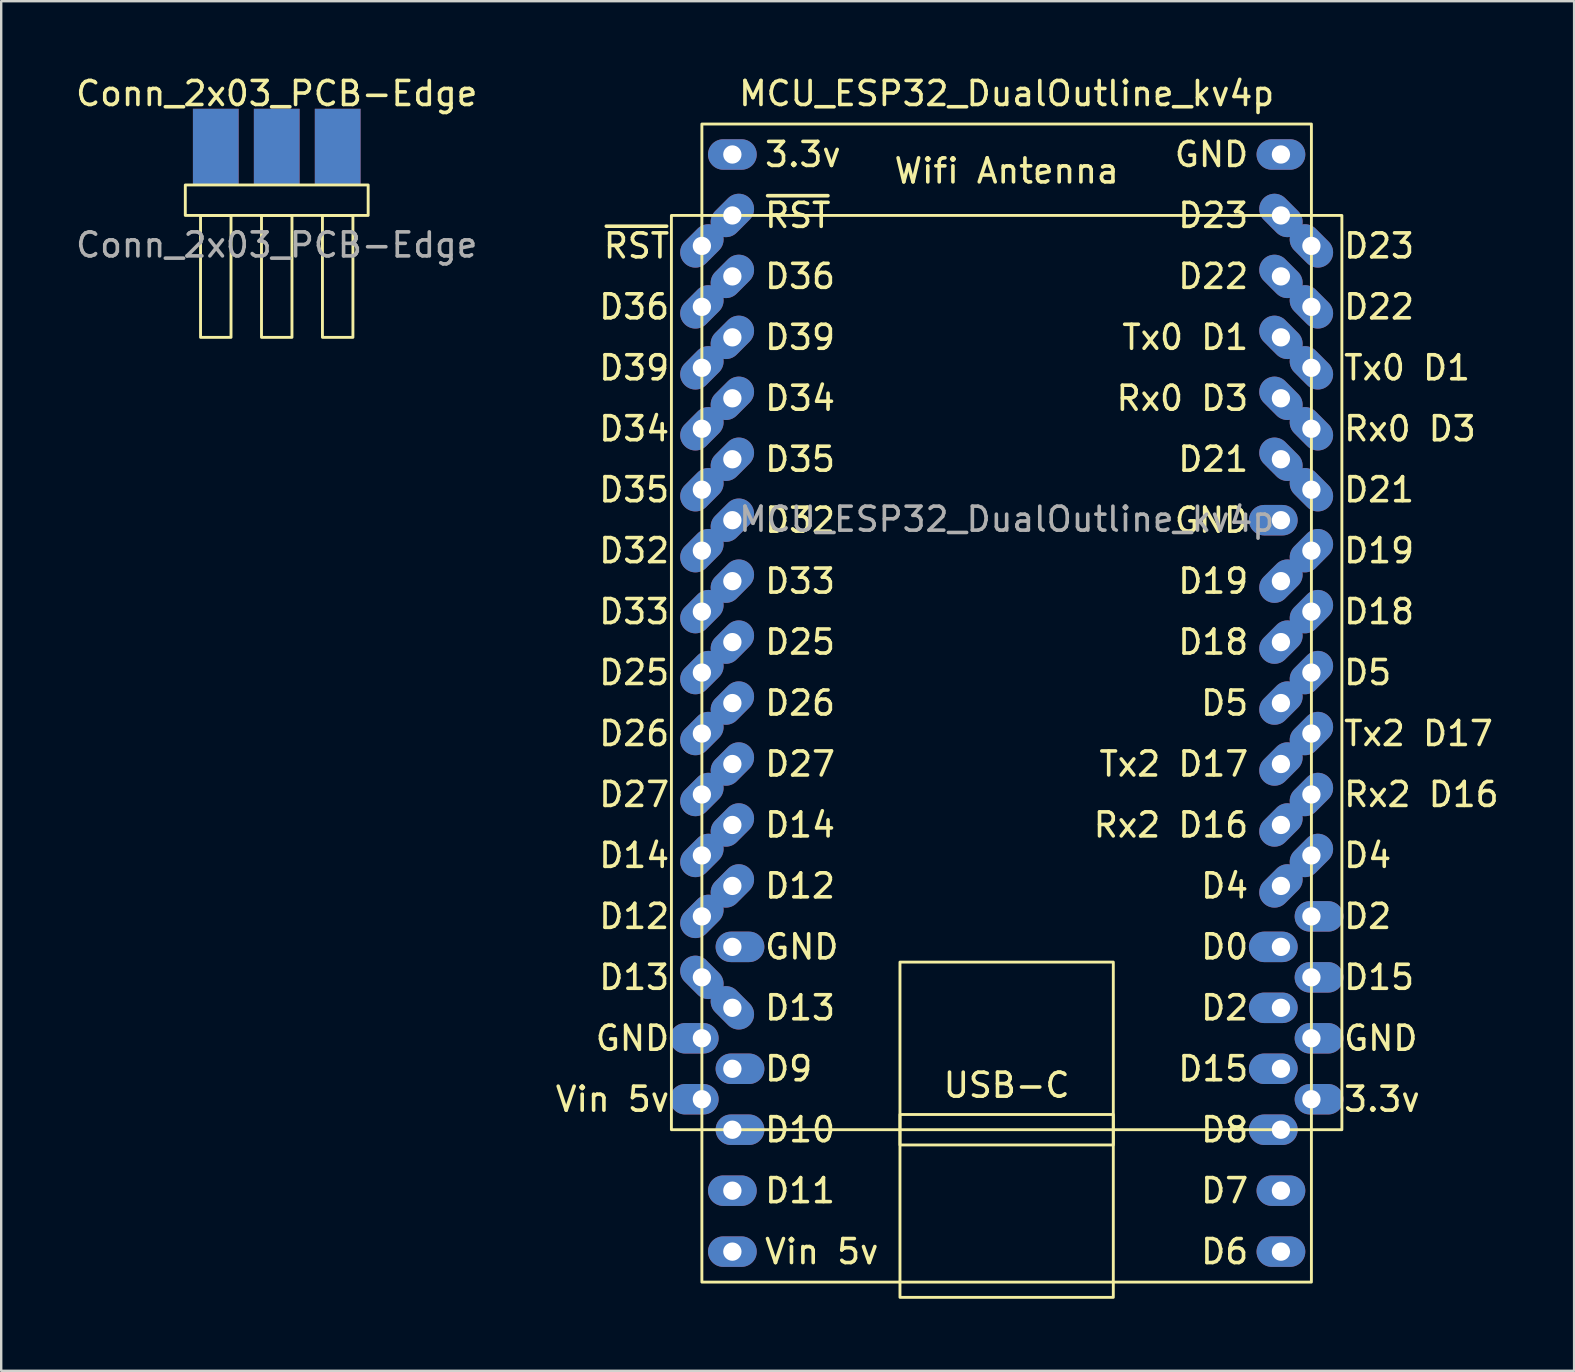
<source format=kicad_pcb>
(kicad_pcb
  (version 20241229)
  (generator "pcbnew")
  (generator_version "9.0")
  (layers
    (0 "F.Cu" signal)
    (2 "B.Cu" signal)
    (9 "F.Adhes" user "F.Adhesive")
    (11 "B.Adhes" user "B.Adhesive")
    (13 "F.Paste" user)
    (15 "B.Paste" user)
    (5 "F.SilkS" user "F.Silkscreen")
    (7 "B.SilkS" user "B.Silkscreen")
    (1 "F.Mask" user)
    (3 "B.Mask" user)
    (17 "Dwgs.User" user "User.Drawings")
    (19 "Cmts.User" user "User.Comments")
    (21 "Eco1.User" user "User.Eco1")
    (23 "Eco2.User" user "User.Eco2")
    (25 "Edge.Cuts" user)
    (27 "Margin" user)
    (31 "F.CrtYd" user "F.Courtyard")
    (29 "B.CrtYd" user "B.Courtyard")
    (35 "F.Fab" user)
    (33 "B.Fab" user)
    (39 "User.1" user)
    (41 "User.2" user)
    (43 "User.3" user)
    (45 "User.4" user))
  (footprint "MCU_ESP32_DualOutline_kv4p"
    (layer "F.Cu")
    (at 38.899 26.248)
    (property "Reference" "MCU_ESP32_DualOutline_kv4p" (at 0 -25.4 0) (unlocked yes) (layer "F.SilkS") (effects (font (size 1 1) (thickness 0.15))))
    (attr through_hole)
    (fp_rect (start -13.97 -20.32) (end 13.97 17.78) (stroke (width 0.12) (type default)) (fill no) (layer "F.SilkS"))
    (fp_rect (start -12.7 -24.13) (end 12.7 24.13) (stroke (width 0.12) (type default)) (fill no) (layer "F.SilkS"))
    (fp_rect (start -4.445 10.795) (end 4.445 18.415) (stroke (width 0.12) (type default)) (fill no) (layer "F.SilkS"))
    (fp_rect (start -4.445 17.145) (end 4.445 24.765) (stroke (width 0.12) (type default)) (fill no) (layer "F.SilkS"))
    (fp_text user "D18" (at 10.16 -2.54 0) (unlocked yes) (layer "F.SilkS") (effects (font (size 1 1) (thickness 0.15)) (justify right)))
    (fp_text user "D23" (at 13.97 -19.05 0) (unlocked yes) (layer "F.SilkS") (effects (font (size 1 1) (thickness 0.15)) (justify left)))
    (fp_text user "GND" (at -13.97 13.97 0) (unlocked yes) (layer "F.SilkS") (effects (font (size 1 1) (thickness 0.15)) (justify right)))
    (fp_text user "D14" (at -10.16 5.08 0) (unlocked yes) (layer "F.SilkS") (effects (font (size 1 1) (thickness 0.15)) (justify left)))
    (fp_text user "D23" (at 10.16 -20.32 0) (unlocked yes) (layer "F.SilkS") (effects (font (size 1 1) (thickness 0.15)) (justify right)))
    (fp_text user "~{RST}" (at -13.97 -19.05 0) (unlocked yes) (layer "F.SilkS") (effects (font (size 1 1) (thickness 0.15)) (justify right)))
    (fp_text user "Rx2 D16" (at 10.16 5.08 0) (unlocked yes) (layer "F.SilkS") (effects (font (size 1 1) (thickness 0.15)) (justify right)))
    (fp_text user "D25" (at -10.16 -2.54 0) (unlocked yes) (layer "F.SilkS") (effects (font (size 1 1) (thickness 0.15)) (justify left)))
    (fp_text user "Rx0 D3" (at 10.16 -12.7 0) (unlocked yes) (layer "F.SilkS") (effects (font (size 1 1) (thickness 0.15)) (justify right)))
    (fp_text user "D27" (at -10.16 2.54 0) (unlocked yes) (layer "F.SilkS") (effects (font (size 1 1) (thickness 0.15)) (justify left)))
    (fp_text user "D34" (at -13.97 -11.43 0) (unlocked yes) (layer "F.SilkS") (effects (font (size 1 1) (thickness 0.15)) (justify right)))
    (fp_text user "Vin 5v" (at -10.16 22.86 0) (unlocked yes) (layer "F.SilkS") (effects (font (size 1 1) (thickness 0.15)) (justify left)))
    (fp_text user "Rx0 D3" (at 13.97 -11.43 0) (unlocked yes) (layer "F.SilkS") (effects (font (size 1 1) (thickness 0.15)) (justify left)))
    (fp_text user "GND" (at 10.16 -7.62 0) (unlocked yes) (layer "F.SilkS") (effects (font (size 1 1) (thickness 0.15)) (justify right)))
    (fp_text user "D14" (at -13.97 6.35 0) (unlocked yes) (layer "F.SilkS") (effects (font (size 1 1) (thickness 0.15)) (justify right)))
    (fp_text user "D26" (at -10.16 0 0) (unlocked yes) (layer "F.SilkS") (effects (font (size 1 1) (thickness 0.15)) (justify left)))
    (fp_text user "D35" (at -13.97 -8.89 0) (unlocked yes) (layer "F.SilkS") (effects (font (size 1 1) (thickness 0.15)) (justify right)))
    (fp_text user "USB-C" (at 0 16.51 0) (unlocked yes) (layer "F.SilkS") (effects (font (size 1 1) (thickness 0.15)) (justify bottom)))
    (fp_text user "D10" (at -10.16 17.78 0) (unlocked yes) (layer "F.SilkS") (effects (font (size 1 1) (thickness 0.15)) (justify left)))
    (fp_text user "D19" (at 10.16 -5.08 0) (unlocked yes) (layer "F.SilkS") (effects (font (size 1 1) (thickness 0.15)) (justify right)))
    (fp_text user "~{RST}" (at -10.16 -20.32 0) (unlocked yes) (layer "F.SilkS") (effects (font (size 1 1) (thickness 0.15)) (justify left)))
    (fp_text user "Tx0 D1" (at 10.16 -15.24 0) (unlocked yes) (layer "F.SilkS") (effects (font (size 1 1) (thickness 0.15)) (justify right)))
    (fp_text user "D4" (at 10.16 7.62 0) (unlocked yes) (layer "F.SilkS") (effects (font (size 1 1) (thickness 0.15)) (justify right)))
    (fp_text user "D2" (at 10.16 12.7 0) (unlocked yes) (layer "F.SilkS") (effects (font (size 1 1) (thickness 0.15)) (justify right)))
    (fp_text user "D22" (at 10.16 -17.78 0) (unlocked yes) (layer "F.SilkS") (effects (font (size 1 1) (thickness 0.15)) (justify right)))
    (fp_text user "D4" (at 13.97 6.35 0) (unlocked yes) (layer "F.SilkS") (effects (font (size 1 1) (thickness 0.15)) (justify left)))
    (fp_text user "D39" (at -13.97 -13.97 0) (unlocked yes) (layer "F.SilkS") (effects (font (size 1 1) (thickness 0.15)) (justify right)))
    (fp_text user "Vin 5v" (at -13.97 16.51 0) (unlocked yes) (layer "F.SilkS") (effects (font (size 1 1) (thickness 0.15)) (justify right)))
    (fp_text user "Rx2 D16" (at 13.97 3.81 0) (unlocked yes) (layer "F.SilkS") (effects (font (size 1 1) (thickness 0.15)) (justify left)))
    (fp_text user "D22" (at 13.97 -16.51 0) (unlocked yes) (layer "F.SilkS") (effects (font (size 1 1) (thickness 0.15)) (justify left)))
    (fp_text user "3.3v" (at 13.97 16.51 0) (unlocked yes) (layer "F.SilkS") (effects (font (size 1 1) (thickness 0.15)) (justify left)))
    (fp_text user "D35" (at -10.16 -10.16 0) (unlocked yes) (layer "F.SilkS") (effects (font (size 1 1) (thickness 0.15)) (justify left)))
    (fp_text user "D32" (at -13.97 -6.35 0) (unlocked yes) (layer "F.SilkS") (effects (font (size 1 1) (thickness 0.15)) (justify right)))
    (fp_text user "D27" (at -13.97 3.81 0) (unlocked yes) (layer "F.SilkS") (effects (font (size 1 1) (thickness 0.15)) (justify right)))
    (fp_text user "D12" (at -13.97 8.89 0) (unlocked yes) (layer "F.SilkS") (effects (font (size 1 1) (thickness 0.15)) (justify right)))
    (fp_text user "D26" (at -13.97 1.27 0) (unlocked yes) (layer "F.SilkS") (effects (font (size 1 1) (thickness 0.15)) (justify right)))
    (fp_text user "D36" (at -13.97 -16.51 0) (unlocked yes) (layer "F.SilkS") (effects (font (size 1 1) (thickness 0.15)) (justify right)))
    (fp_text user "D39" (at -10.16 -15.24 0) (unlocked yes) (layer "F.SilkS") (effects (font (size 1 1) (thickness 0.15)) (justify left)))
    (fp_text user "D21" (at 10.16 -10.16 0) (unlocked yes) (layer "F.SilkS") (effects (font (size 1 1) (thickness 0.15)) (justify right)))
    (fp_text user "GND" (at -10.16 10.16 0) (unlocked yes) (layer "F.SilkS") (effects (font (size 1 1) (thickness 0.15)) (justify left)))
    (fp_text user "Tx2 D17" (at 13.97 1.27 0) (unlocked yes) (layer "F.SilkS") (effects (font (size 1 1) (thickness 0.15)) (justify left)))
    (fp_text user "D25" (at -13.97 -1.27 0) (unlocked yes) (layer "F.SilkS") (effects (font (size 1 1) (thickness 0.15)) (justify right)))
    (fp_text user "GND" (at 10.16 -22.86 0) (unlocked yes) (layer "F.SilkS") (effects (font (size 1 1) (thickness 0.15)) (justify right)))
    (fp_text user "D11" (at -10.16 20.32 0) (unlocked yes) (layer "F.SilkS") (effects (font (size 1 1) (thickness 0.15)) (justify left)))
    (fp_text user "D5" (at 13.97 -1.27 0) (unlocked yes) (layer "F.SilkS") (effects (font (size 1 1) (thickness 0.15)) (justify left)))
    (fp_text user "D5" (at 10.16 0 0) (unlocked yes) (layer "F.SilkS") (effects (font (size 1 1) (thickness 0.15)) (justify right)))
    (fp_text user "D15" (at 10.16 15.24 0) (unlocked yes) (layer "F.SilkS") (effects (font (size 1 1) (thickness 0.15)) (justify right)))
    (fp_text user "D21" (at 13.97 -8.89 0) (unlocked yes) (layer "F.SilkS") (effects (font (size 1 1) (thickness 0.15)) (justify left)))
    (fp_text user "D15" (at 13.97 11.43 0) (unlocked yes) (layer "F.SilkS") (effects (font (size 1 1) (thickness 0.15)) (justify left)))
    (fp_text user "D33" (at -13.97 -3.81 0) (unlocked yes) (layer "F.SilkS") (effects (font (size 1 1) (thickness 0.15)) (justify right)))
    (fp_text user "Tx0 D1" (at 13.97 -13.97 0) (unlocked yes) (layer "F.SilkS") (effects (font (size 1 1) (thickness 0.15)) (justify left)))
    (fp_text user "D19" (at 13.97 -6.35 0) (unlocked yes) (layer "F.SilkS") (effects (font (size 1 1) (thickness 0.15)) (justify left)))
    (fp_text user "D13" (at -13.97 11.43 0) (unlocked yes) (layer "F.SilkS") (effects (font (size 1 1) (thickness 0.15)) (justify right)))
    (fp_text user "D33" (at -10.16 -5.08 0) (unlocked yes) (layer "F.SilkS") (effects (font (size 1 1) (thickness 0.15)) (justify left)))
    (fp_text user "D9" (at -10.16 15.24 0) (unlocked yes) (layer "F.SilkS") (effects (font (size 1 1) (thickness 0.15)) (justify left)))
    (fp_text user "D36" (at -10.16 -17.78 0) (unlocked yes) (layer "F.SilkS") (effects (font (size 1 1) (thickness 0.15)) (justify left)))
    (fp_text user "D18" (at 13.97 -3.81 0) (unlocked yes) (layer "F.SilkS") (effects (font (size 1 1) (thickness 0.15)) (justify left)))
    (fp_text user "D7" (at 10.16 20.32 0) (unlocked yes) (layer "F.SilkS") (effects (font (size 1 1) (thickness 0.15)) (justify right)))
    (fp_text user "D34" (at -10.16 -12.7 0) (unlocked yes) (layer "F.SilkS") (effects (font (size 1 1) (thickness 0.15)) (justify left)))
    (fp_text user "D12" (at -10.16 7.62 0) (unlocked yes) (layer "F.SilkS") (effects (font (size 1 1) (thickness 0.15)) (justify left)))
    (fp_text user "D32" (at -10.16 -7.62 0) (unlocked yes) (layer "F.SilkS") (effects (font (size 1 1) (thickness 0.15)) (justify left)))
    (fp_text user "D6" (at 10.16 22.86 0) (unlocked yes) (layer "F.SilkS") (effects (font (size 1 1) (thickness 0.15)) (justify right)))
    (fp_text user "Wifi Antenna" (at 0 -21.59 0) (unlocked yes) (layer "F.SilkS") (effects (font (size 1 1) (thickness 0.15)) (justify bottom)))
    (fp_text user "GND" (at 13.97 13.97 0) (unlocked yes) (layer "F.SilkS") (effects (font (size 1 1) (thickness 0.15)) (justify left)))
    (fp_text user "D2" (at 13.97 8.89 0) (unlocked yes) (layer "F.SilkS") (effects (font (size 1 1) (thickness 0.15)) (justify left)))
    (fp_text user "D8" (at 10.16 17.78 0) (unlocked yes) (layer "F.SilkS") (effects (font (size 1 1) (thickness 0.15)) (justify right)))
    (fp_text user "3.3v" (at -10.16 -22.86 0) (unlocked yes) (layer "F.SilkS") (effects (font (size 1 1) (thickness 0.15)) (justify left)))
    (fp_text user "Tx2 D17" (at 10.16 2.54 0) (unlocked yes) (layer "F.SilkS") (effects (font (size 1 1) (thickness 0.15)) (justify right)))
    (fp_text user "D0" (at 10.16 10.16 0) (unlocked yes) (layer "F.SilkS") (effects (font (size 1 1) (thickness 0.15)) (justify right)))
    (fp_text user "D13" (at -10.16 12.7 0) (unlocked yes) (layer "F.SilkS") (effects (font (size 1 1) (thickness 0.15)) (justify left)))
    (fp_text user "${REFERENCE}" (at 0 -7.66 0) (unlocked yes) (layer "F.Fab") (effects (font (size 1 1) (thickness 0.15))))
    (pad "1" thru_hole oval (at -11.43 -22.86) (size 2.032 1.27) (drill 0.762) (layers "*.Cu" "*.Mask"))
    (pad "1" thru_hole oval (at 12.7 16.51) (size 2.032 1.27) (drill 0.762 (offset 0.318 0)) (layers "*.Cu" "*.Mask"))
    (pad "2" thru_hole oval (at -12.7 -19.05 315) (size 1.27 2.032) (drill 0.762) (layers "*.Cu" "*.Mask"))
    (pad "2" thru_hole oval (at -11.43 -20.32 315) (size 1.27 2.032) (drill 0.762) (layers "*.Cu" "*.Mask"))
    (pad "3" thru_hole oval (at -12.7 -16.51 315) (size 1.27 2.032) (drill 0.762) (layers "*.Cu" "*.Mask"))
    (pad "3" thru_hole oval (at -11.43 -17.78 315) (size 1.27 2.032) (drill 0.762) (layers "*.Cu" "*.Mask"))
    (pad "4" thru_hole oval (at -12.7 -13.97 315) (size 1.27 2.032) (drill 0.762) (layers "*.Cu" "*.Mask"))
    (pad "4" thru_hole oval (at -11.43 -15.24 315) (size 1.27 2.032) (drill 0.762) (layers "*.Cu" "*.Mask"))
    (pad "5" thru_hole oval (at -12.7 -11.43 315) (size 1.27 2.032) (drill 0.762) (layers "*.Cu" "*.Mask"))
    (pad "5" thru_hole oval (at -11.43 -12.7 315) (size 1.27 2.032) (drill 0.762) (layers "*.Cu" "*.Mask"))
    (pad "6" thru_hole oval (at -12.7 -8.89 315) (size 1.27 2.032) (drill 0.762) (layers "*.Cu" "*.Mask"))
    (pad "6" thru_hole oval (at -11.43 -10.16 315) (size 1.27 2.032) (drill 0.762) (layers "*.Cu" "*.Mask"))
    (pad "7" thru_hole oval (at -12.7 -6.35 315) (size 1.27 2.032) (drill 0.762) (layers "*.Cu" "*.Mask"))
    (pad "7" thru_hole oval (at -11.43 -7.62 315) (size 1.27 2.032) (drill 0.762) (layers "*.Cu" "*.Mask"))
    (pad "8" thru_hole oval (at -12.7 -3.81 315) (size 1.27 2.032) (drill 0.762) (layers "*.Cu" "*.Mask"))
    (pad "8" thru_hole oval (at -11.43 -5.08 315) (size 1.27 2.032) (drill 0.762) (layers "*.Cu" "*.Mask"))
    (pad "9" thru_hole oval (at -12.7 -1.27 315) (size 1.27 2.032) (drill 0.762) (layers "*.Cu" "*.Mask"))
    (pad "9" thru_hole oval (at -11.43 -2.54 315) (size 1.27 2.032) (drill 0.762) (layers "*.Cu" "*.Mask"))
    (pad "10" thru_hole oval (at -12.7 1.27 315) (size 1.27 2.032) (drill 0.762) (layers "*.Cu" "*.Mask"))
    (pad "10" thru_hole oval (at -11.43 0 315) (size 1.27 2.032) (drill 0.762) (layers "*.Cu" "*.Mask"))
    (pad "11" thru_hole oval (at -12.7 3.81 315) (size 1.27 2.032) (drill 0.762) (layers "*.Cu" "*.Mask"))
    (pad "11" thru_hole oval (at -11.43 2.54 315) (size 1.27 2.032) (drill 0.762) (layers "*.Cu" "*.Mask"))
    (pad "12" thru_hole oval (at -12.7 6.35 315) (size 1.27 2.032) (drill 0.762) (layers "*.Cu" "*.Mask"))
    (pad "12" thru_hole oval (at -11.43 5.08 315) (size 1.27 2.032) (drill 0.762) (layers "*.Cu" "*.Mask"))
    (pad "13" thru_hole oval (at -12.7 8.89 315) (size 1.27 2.032) (drill 0.762) (layers "*.Cu" "*.Mask"))
    (pad "13" thru_hole oval (at -11.43 7.62 315) (size 1.27 2.032) (drill 0.762) (layers "*.Cu" "*.Mask"))
    (pad "14" thru_hole oval (at -12.7 13.97) (size 2.032 1.27) (drill 0.762 (offset -0.318 0)) (layers "*.Cu" "*.Mask"))
    (pad "14" thru_hole oval (at -11.43 10.16) (size 2.032 1.27) (drill 0.762 (offset 0.318 0)) (layers "*.Cu" "*.Mask"))
    (pad "15" thru_hole oval (at -12.7 11.43 45) (size 1.27 2.032) (drill 0.762) (layers "*.Cu" "*.Mask"))
    (pad "15" thru_hole oval (at -11.43 12.7 45) (size 1.27 2.032) (drill 0.762) (layers "*.Cu" "*.Mask"))
    (pad "16" thru_hole oval (at -11.43 15.24) (size 2.032 1.27) (drill 0.762 (offset 0.318 0)) (layers "*.Cu" "*.Mask"))
    (pad "17" thru_hole oval (at -11.43 17.78) (size 2.032 1.27) (drill 0.762 (offset 0.318 0)) (layers "*.Cu" "*.Mask"))
    (pad "18" thru_hole oval (at -11.43 20.32) (size 2.032 1.27) (drill 0.762) (layers "*.Cu" "*.Mask"))
    (pad "19" thru_hole oval (at -12.7 16.51) (size 2.032 1.27) (drill 0.762 (offset -0.318 0)) (layers "*.Cu" "*.Mask"))
    (pad "19" thru_hole oval (at -11.43 22.86) (size 2.032 1.27) (drill 0.762) (layers "*.Cu" "*.Mask"))
    (pad "20" thru_hole oval (at 11.43 22.86) (size 2.032 1.27) (drill 0.762) (layers "*.Cu" "*.Mask"))
    (pad "21" thru_hole oval (at 11.43 20.32) (size 2.032 1.27) (drill 0.762) (layers "*.Cu" "*.Mask"))
    (pad "22" thru_hole oval (at 11.43 17.78) (size 2.032 1.27) (drill 0.762 (offset -0.318 0)) (layers "*.Cu" "*.Mask"))
    (pad "23" thru_hole oval (at 11.43 15.24) (size 2.032 1.27) (drill 0.762 (offset -0.318 0)) (layers "*.Cu" "*.Mask"))
    (pad "23" thru_hole oval (at 12.7 11.43) (size 2.032 1.27) (drill 0.762 (offset 0.318 0)) (layers "*.Cu" "*.Mask"))
    (pad "24" thru_hole oval (at 11.43 12.7) (size 2.032 1.27) (drill 0.762 (offset -0.318 0)) (layers "*.Cu" "*.Mask"))
    (pad "24" thru_hole oval (at 12.7 8.89) (size 2.032 1.27) (drill 0.762 (offset 0.318 0)) (layers "*.Cu" "*.Mask"))
    (pad "25" thru_hole oval (at 11.43 10.16) (size 2.032 1.27) (drill 0.762 (offset -0.318 0)) (layers "*.Cu" "*.Mask"))
    (pad "26" thru_hole oval (at 11.43 7.62 315) (size 1.27 2.032) (drill 0.762) (layers "*.Cu" "*.Mask"))
    (pad "26" thru_hole oval (at 12.7 6.35 315) (size 1.27 2.032) (drill 0.762) (layers "*.Cu" "*.Mask"))
    (pad "27" thru_hole oval (at 11.43 5.08 315) (size 1.27 2.032) (drill 0.762) (layers "*.Cu" "*.Mask"))
    (pad "27" thru_hole oval (at 12.7 3.81 315) (size 1.27 2.032) (drill 0.762) (layers "*.Cu" "*.Mask"))
    (pad "28" thru_hole oval (at 11.43 2.54 315) (size 1.27 2.032) (drill 0.762) (layers "*.Cu" "*.Mask"))
    (pad "28" thru_hole oval (at 12.7 1.27 315) (size 1.27 2.032) (drill 0.762) (layers "*.Cu" "*.Mask"))
    (pad "29" thru_hole oval (at 11.43 0 315) (size 1.27 2.032) (drill 0.762) (layers "*.Cu" "*.Mask"))
    (pad "29" thru_hole oval (at 12.7 -1.27 315) (size 1.27 2.032) (drill 0.762) (layers "*.Cu" "*.Mask"))
    (pad "30" thru_hole oval (at 11.43 -2.54 315) (size 1.27 2.032) (drill 0.762) (layers "*.Cu" "*.Mask"))
    (pad "30" thru_hole oval (at 12.7 -3.81 315) (size 1.27 2.032) (drill 0.762) (layers "*.Cu" "*.Mask"))
    (pad "31" thru_hole oval (at 11.43 -5.08 315) (size 1.27 2.032) (drill 0.762) (layers "*.Cu" "*.Mask"))
    (pad "31" thru_hole oval (at 12.7 -6.35 315) (size 1.27 2.032) (drill 0.762) (layers "*.Cu" "*.Mask"))
    (pad "32" thru_hole oval (at 11.43 -7.62) (size 2.032 1.27) (drill 0.762 (offset -0.318 0)) (layers "*.Cu" "*.Mask"))
    (pad "32" thru_hole oval (at 12.7 13.97) (size 2.032 1.27) (drill 0.762 (offset 0.318 0)) (layers "*.Cu" "*.Mask"))
    (pad "33" thru_hole oval (at 11.43 -10.16 45) (size 1.27 2.032) (drill 0.762) (layers "*.Cu" "*.Mask"))
    (pad "33" thru_hole oval (at 12.7 -8.89 45) (size 1.27 2.032) (drill 0.762) (layers "*.Cu" "*.Mask"))
    (pad "34" thru_hole oval (at 11.43 -12.7 45) (size 1.27 2.032) (drill 0.762) (layers "*.Cu" "*.Mask"))
    (pad "34" thru_hole oval (at 12.7 -11.43 45) (size 1.27 2.032) (drill 0.762) (layers "*.Cu" "*.Mask"))
    (pad "35" thru_hole oval (at 11.43 -15.24 45) (size 1.27 2.032) (drill 0.762) (layers "*.Cu" "*.Mask"))
    (pad "35" thru_hole oval (at 12.7 -13.97 45) (size 1.27 2.032) (drill 0.762) (layers "*.Cu" "*.Mask"))
    (pad "36" thru_hole oval (at 11.43 -17.78 45) (size 1.27 2.032) (drill 0.762) (layers "*.Cu" "*.Mask"))
    (pad "36" thru_hole oval (at 12.7 -16.51 45) (size 1.27 2.032) (drill 0.762) (layers "*.Cu" "*.Mask"))
    (pad "37" thru_hole oval (at 11.43 -20.32 45) (size 1.27 2.032) (drill 0.762) (layers "*.Cu" "*.Mask"))
    (pad "37" thru_hole oval (at 12.7 -19.05 45) (size 1.27 2.032) (drill 0.762) (layers "*.Cu" "*.Mask"))
    (pad "38" thru_hole oval (at 11.43 -22.86) (size 2.032 1.27) (drill 0.762) (layers "*.Cu" "*.Mask")))
  (footprint "Conn_2x03_PCB-Edge"
    (layer "F.Cu")
    (at 8.482 4.658)
    (property "Reference" "Conn_2x03_PCB-Edge" (at 0 -3.81 0) (unlocked yes) (layer "F.SilkS") (effects (font (size 1 1) (thickness 0.15))))
    (attr smd)
    (fp_rect (start -3.81 0) (end 3.81 1.27) (stroke (width 0.12) (type default)) (fill no) (layer "F.SilkS"))
    (fp_rect (start -3.175 1.27) (end -1.905 6.35) (stroke (width 0.12) (type default)) (fill no) (layer "F.SilkS"))
    (fp_rect (start -0.635 1.27) (end 0.635 6.35) (stroke (width 0.12) (type default)) (fill no) (layer "F.SilkS"))
    (fp_rect (start 1.905 1.27) (end 3.175 6.35) (stroke (width 0.12) (type default)) (fill no) (layer "F.SilkS"))
    (fp_text user "${REFERENCE}" (at 0 2.5 0) (unlocked yes) (layer "F.Fab") (effects (font (size 1 1) (thickness 0.15))))
    (pad "1" smd rect (at -2.54 -1.587) (size 1.905 3.175) (layers "F.Cu" "F.Mask" "F.Paste"))
    (pad "2" smd rect (at -2.54 -1.587 180) (size 1.905 3.175) (layers "B.Cu" "B.Mask" "B.Paste"))
    (pad "3" smd rect (at 0 -1.587) (size 1.905 3.175) (layers "F.Cu" "F.Mask" "F.Paste"))
    (pad "4" smd rect (at 0 -1.587 180) (size 1.905 3.175) (layers "B.Cu" "B.Mask" "B.Paste"))
    (pad "5" smd rect (at 2.54 -1.587) (size 1.905 3.175) (layers "F.Cu" "F.Mask" "F.Paste"))
    (pad "6" smd rect (at 2.54 -1.587 180) (size 1.905 3.175) (layers "B.Cu" "B.Mask" "B.Paste")))
  (gr_rect
    (start -3 -3)
    (end 62.547 54.073)
    (stroke (width 0.1) (type default))
    (fill no)
    (layer "Edge.Cuts")))
</source>
